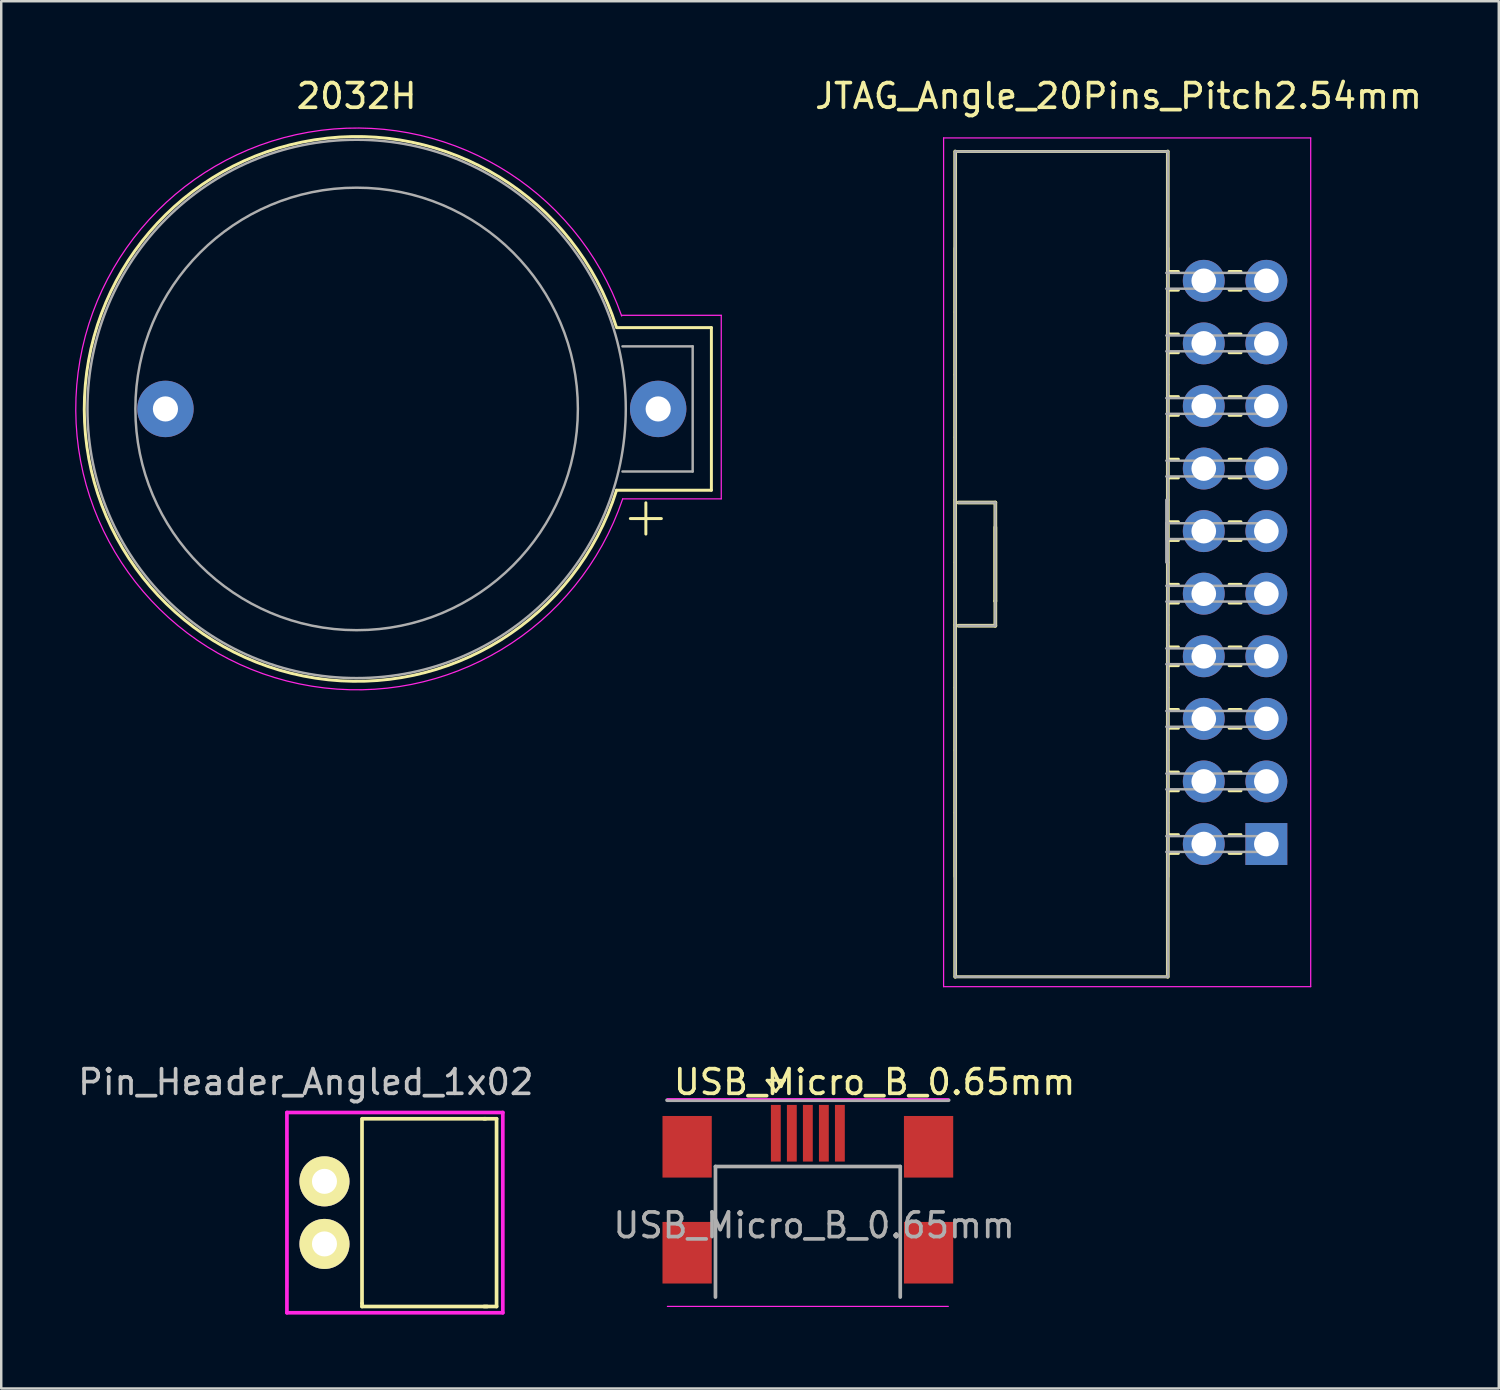
<source format=kicad_pcb>
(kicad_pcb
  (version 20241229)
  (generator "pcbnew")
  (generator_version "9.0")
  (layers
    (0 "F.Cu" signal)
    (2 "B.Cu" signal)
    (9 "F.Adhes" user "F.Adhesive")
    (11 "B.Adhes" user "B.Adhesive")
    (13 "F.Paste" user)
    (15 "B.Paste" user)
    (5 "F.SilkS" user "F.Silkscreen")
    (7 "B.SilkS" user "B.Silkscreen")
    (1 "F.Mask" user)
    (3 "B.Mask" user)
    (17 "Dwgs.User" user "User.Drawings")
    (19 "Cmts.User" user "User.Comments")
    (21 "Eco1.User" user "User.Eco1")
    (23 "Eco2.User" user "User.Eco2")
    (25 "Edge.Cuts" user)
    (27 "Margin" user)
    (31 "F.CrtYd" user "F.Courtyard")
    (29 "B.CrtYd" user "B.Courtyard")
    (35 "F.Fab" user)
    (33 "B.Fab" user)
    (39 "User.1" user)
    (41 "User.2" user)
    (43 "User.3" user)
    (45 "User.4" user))
  (footprint "2032H"
    (layer "F.Cu")
    (at 26.665 13.548)
    (property "Reference" "2032H" (at -15.24 -12.7 0) (layer "F.SilkS") (effects (font (size 1 1) (thickness 0.15))))
    (attr through_hole)
    (fp_line (start -4.69 -3.3) (end -0.84 -3.3) (stroke (width 0.12) (type solid)) (layer "F.SilkS"))
    (fp_line (start -4.13 4.45) (end -2.87 4.45) (stroke (width 0.12) (type solid)) (layer "F.SilkS"))
    (fp_line (start -3.5 3.81) (end -3.5 5.08) (stroke (width 0.12) (type solid)) (layer "F.SilkS"))
    (fp_line (start -0.84 -3.3) (end -0.84 3.3) (stroke (width 0.12) (type solid)) (layer "F.SilkS"))
    (fp_line (start -0.84 3.3) (end -4.69 3.3) (stroke (width 0.12) (type solid)) (layer "F.SilkS"))
    (fp_arc (start -4.69 3.3) (mid -26.294043 0.02518) (end -4.705144 -3.34803) (stroke (width 0.12) (type solid)) (layer "F.SilkS"))
    (fp_line (start -4.49 -3.8) (end -0.44 -3.8) (stroke (width 0.05) (type solid)) (layer "F.CrtYd"))
    (fp_line (start -0.44 -3.8) (end -0.44 3.65) (stroke (width 0.05) (type solid)) (layer "F.CrtYd"))
    (fp_line (start -0.44 3.65) (end -4.44 3.65) (stroke (width 0.05) (type solid)) (layer "F.CrtYd"))
    (fp_arc (start -4.44 3.65) (mid -26.639924 0.064993) (end -4.482319 -3.772905) (stroke (width 0.05) (type solid)) (layer "F.CrtYd"))
    (fp_line (start -4.45 -2.54) (end -1.6 -2.54) (stroke (width 0.1) (type solid)) (layer "F.Fab"))
    (fp_line (start -1.6 -2.54) (end -1.6 2.54) (stroke (width 0.1) (type solid)) (layer "F.Fab"))
    (fp_line (start -1.6 2.54) (end -4.45 2.54) (stroke (width 0.1) (type solid)) (layer "F.Fab"))
    (fp_circle (center -15.24 0) (end -16.51 -8.89) (stroke (width 0.1) (type solid)) (fill no) (layer "F.Fab"))
    (fp_circle (center -15.24 0) (end -8.89 8.89) (stroke (width 0.1) (type solid)) (fill no) (layer "F.Fab"))
    (pad "1" thru_hole circle (at -3 0) (size 2.29 2.29) (drill 1.02) (layers "*.Cu" "*.Mask"))
    (pad "2" thru_hole circle (at -23 0) (size 2.29 2.29) (drill 1.02) (layers "*.Cu" "*.Mask")))
  (footprint "JTAG_Angle_20Pins_Pitch2.54mm"
    (layer "F.Cu")
    (at 48.35 8.348)
    (property "Reference" "JTAG_Angle_20Pins_Pitch2.54mm" (at -6 -7.5 0) (layer "F.SilkS") (effects (font (size 1 1) (thickness 0.15))))
    (attr through_hole)
    (fp_line (start -12.63 -5.25) (end -12.63 28.25) (stroke (width 0.15) (type solid)) (layer "F.SilkS"))
    (fp_line (start -12.63 -5.25) (end -4 -5.25) (stroke (width 0.12) (type solid)) (layer "F.SilkS"))
    (fp_line (start -12.63 1.27) (end -12.63 -1.33) (stroke (width 0.12) (type solid)) (layer "F.SilkS"))
    (fp_line (start -12.63 3.81) (end -12.63 1.27) (stroke (width 0.12) (type solid)) (layer "F.SilkS"))
    (fp_line (start -12.63 6.35) (end -12.63 3.81) (stroke (width 0.12) (type solid)) (layer "F.SilkS"))
    (fp_line (start -12.63 8.89) (end -12.63 6.35) (stroke (width 0.12) (type solid)) (layer "F.SilkS"))
    (fp_line (start -12.63 11.43) (end -12.63 8.89) (stroke (width 0.12) (type solid)) (layer "F.SilkS"))
    (fp_line (start -12.63 13.97) (end -12.63 11.43) (stroke (width 0.12) (type solid)) (layer "F.SilkS"))
    (fp_line (start -12.63 16.51) (end -12.63 13.97) (stroke (width 0.12) (type solid)) (layer "F.SilkS"))
    (fp_line (start -12.63 19.05) (end -12.63 16.51) (stroke (width 0.12) (type solid)) (layer "F.SilkS"))
    (fp_line (start -12.63 21.59) (end -12.63 19.05) (stroke (width 0.12) (type solid)) (layer "F.SilkS"))
    (fp_line (start -12.63 24.19) (end -12.63 21.59) (stroke (width 0.12) (type solid)) (layer "F.SilkS"))
    (fp_line (start -12.5 14) (end -11 14) (stroke (width 0.15) (type solid)) (layer "F.SilkS"))
    (fp_line (start -11 9) (end -12.5 9) (stroke (width 0.15) (type solid)) (layer "F.SilkS"))
    (fp_line (start -11 13) (end -11 9) (stroke (width 0.15) (type solid)) (layer "F.SilkS"))
    (fp_line (start -11 13) (end -11 10) (stroke (width 0.15) (type solid)) (layer "F.SilkS"))
    (fp_line (start -11 14) (end -11 13) (stroke (width 0.15) (type solid)) (layer "F.SilkS"))
    (fp_line (start -4 -5.25) (end -4 28.25) (stroke (width 0.15) (type solid)) (layer "F.SilkS"))
    (fp_line (start -4 -1.33) (end -4 1.27) (stroke (width 0.12) (type solid)) (layer "F.SilkS"))
    (fp_line (start -4 1.27) (end -4 3.81) (stroke (width 0.12) (type solid)) (layer "F.SilkS"))
    (fp_line (start -4 3.81) (end -4 6.35) (stroke (width 0.12) (type solid)) (layer "F.SilkS"))
    (fp_line (start -4 6.35) (end -4 8.89) (stroke (width 0.12) (type solid)) (layer "F.SilkS"))
    (fp_line (start -4 8.89) (end -4 11.43) (stroke (width 0.12) (type solid)) (layer "F.SilkS"))
    (fp_line (start -4 11.43) (end -4 13.97) (stroke (width 0.12) (type solid)) (layer "F.SilkS"))
    (fp_line (start -4 13.97) (end -4 16.51) (stroke (width 0.12) (type solid)) (layer "F.SilkS"))
    (fp_line (start -4 16.51) (end -4 19.05) (stroke (width 0.12) (type solid)) (layer "F.SilkS"))
    (fp_line (start -4 19.05) (end -4 21.59) (stroke (width 0.12) (type solid)) (layer "F.SilkS"))
    (fp_line (start -4 21.59) (end -4 24.19) (stroke (width 0.12) (type solid)) (layer "F.SilkS"))
    (fp_line (start -4 28.25) (end -12.63 28.25) (stroke (width 0.12) (type solid)) (layer "F.SilkS"))
    (fp_line (start -3.57 -0.38) (end -4 -0.38) (stroke (width 0.12) (type solid)) (layer "F.SilkS"))
    (fp_line (start -3.57 0.38) (end -4 0.38) (stroke (width 0.12) (type solid)) (layer "F.SilkS"))
    (fp_line (start -3.57 2.16) (end -4 2.16) (stroke (width 0.12) (type solid)) (layer "F.SilkS"))
    (fp_line (start -3.57 2.92) (end -4 2.92) (stroke (width 0.12) (type solid)) (layer "F.SilkS"))
    (fp_line (start -3.57 4.7) (end -4 4.7) (stroke (width 0.12) (type solid)) (layer "F.SilkS"))
    (fp_line (start -3.57 5.46) (end -4 5.46) (stroke (width 0.12) (type solid)) (layer "F.SilkS"))
    (fp_line (start -3.57 7.24) (end -4 7.24) (stroke (width 0.12) (type solid)) (layer "F.SilkS"))
    (fp_line (start -3.57 8) (end -4 8) (stroke (width 0.12) (type solid)) (layer "F.SilkS"))
    (fp_line (start -3.57 9.78) (end -4 9.78) (stroke (width 0.12) (type solid)) (layer "F.SilkS"))
    (fp_line (start -3.57 10.54) (end -4 10.54) (stroke (width 0.12) (type solid)) (layer "F.SilkS"))
    (fp_line (start -3.57 12.32) (end -4 12.32) (stroke (width 0.12) (type solid)) (layer "F.SilkS"))
    (fp_line (start -3.57 13.08) (end -4 13.08) (stroke (width 0.12) (type solid)) (layer "F.SilkS"))
    (fp_line (start -3.57 14.86) (end -4 14.86) (stroke (width 0.12) (type solid)) (layer "F.SilkS"))
    (fp_line (start -3.57 15.62) (end -4 15.62) (stroke (width 0.12) (type solid)) (layer "F.SilkS"))
    (fp_line (start -3.57 17.4) (end -4 17.4) (stroke (width 0.12) (type solid)) (layer "F.SilkS"))
    (fp_line (start -3.57 18.16) (end -4 18.16) (stroke (width 0.12) (type solid)) (layer "F.SilkS"))
    (fp_line (start -3.57 19.94) (end -4 19.94) (stroke (width 0.12) (type solid)) (layer "F.SilkS"))
    (fp_line (start -3.57 20.7) (end -4 20.7) (stroke (width 0.12) (type solid)) (layer "F.SilkS"))
    (fp_line (start -3.57 22.48) (end -4 22.48) (stroke (width 0.12) (type solid)) (layer "F.SilkS"))
    (fp_line (start -3.57 23.24) (end -4 23.24) (stroke (width 0.12) (type solid)) (layer "F.SilkS"))
    (fp_line (start -1.03 -0.38) (end -1.51 -0.38) (stroke (width 0.12) (type solid)) (layer "F.SilkS"))
    (fp_line (start -1.03 0.38) (end -1.51 0.38) (stroke (width 0.12) (type solid)) (layer "F.SilkS"))
    (fp_line (start -1.03 2.16) (end -1.51 2.16) (stroke (width 0.12) (type solid)) (layer "F.SilkS"))
    (fp_line (start -1.03 2.92) (end -1.51 2.92) (stroke (width 0.12) (type solid)) (layer "F.SilkS"))
    (fp_line (start -1.03 4.7) (end -1.51 4.7) (stroke (width 0.12) (type solid)) (layer "F.SilkS"))
    (fp_line (start -1.03 5.46) (end -1.51 5.46) (stroke (width 0.12) (type solid)) (layer "F.SilkS"))
    (fp_line (start -1.03 7.24) (end -1.51 7.24) (stroke (width 0.12) (type solid)) (layer "F.SilkS"))
    (fp_line (start -1.03 8) (end -1.51 8) (stroke (width 0.12) (type solid)) (layer "F.SilkS"))
    (fp_line (start -1.03 9.78) (end -1.51 9.78) (stroke (width 0.12) (type solid)) (layer "F.SilkS"))
    (fp_line (start -1.03 10.54) (end -1.51 10.54) (stroke (width 0.12) (type solid)) (layer "F.SilkS"))
    (fp_line (start -1.03 12.32) (end -1.51 12.32) (stroke (width 0.12) (type solid)) (layer "F.SilkS"))
    (fp_line (start -1.03 13.08) (end -1.51 13.08) (stroke (width 0.12) (type solid)) (layer "F.SilkS"))
    (fp_line (start -1.03 14.86) (end -1.51 14.86) (stroke (width 0.12) (type solid)) (layer "F.SilkS"))
    (fp_line (start -1.03 15.62) (end -1.51 15.62) (stroke (width 0.12) (type solid)) (layer "F.SilkS"))
    (fp_line (start -1.03 17.4) (end -1.51 17.4) (stroke (width 0.12) (type solid)) (layer "F.SilkS"))
    (fp_line (start -1.03 18.16) (end -1.51 18.16) (stroke (width 0.12) (type solid)) (layer "F.SilkS"))
    (fp_line (start -1.03 19.94) (end -1.51 19.94) (stroke (width 0.12) (type solid)) (layer "F.SilkS"))
    (fp_line (start -1.03 20.7) (end -1.51 20.7) (stroke (width 0.12) (type solid)) (layer "F.SilkS"))
    (fp_line (start -1.03 22.48) (end -1.51 22.48) (stroke (width 0.12) (type solid)) (layer "F.SilkS"))
    (fp_line (start -1.03 23.24) (end -1.51 23.24) (stroke (width 0.12) (type solid)) (layer "F.SilkS"))
    (fp_line (start -13.1 -5.8) (end -13.1 28.65) (stroke (width 0.05) (type solid)) (layer "F.CrtYd"))
    (fp_line (start -13.1 -5.8) (end 1.8 -5.8) (stroke (width 0.05) (type solid)) (layer "F.CrtYd"))
    (fp_line (start 1.8 -5.8) (end 1.8 28.65) (stroke (width 0.05) (type solid)) (layer "F.CrtYd"))
    (fp_line (start 1.8 28.65) (end -13.1 28.65) (stroke (width 0.05) (type solid)) (layer "F.CrtYd"))
    (fp_line (start -12.63 -5.25) (end -12.63 28.25) (stroke (width 0.1) (type solid)) (layer "F.Fab"))
    (fp_line (start -12.63 -5.25) (end -4 -5.25) (stroke (width 0.1) (type solid)) (layer "F.Fab"))
    (fp_line (start -12.5 14) (end -11 14) (stroke (width 0.1) (type solid)) (layer "F.Fab"))
    (fp_line (start -11 9) (end -12.5 9) (stroke (width 0.1) (type solid)) (layer "F.Fab"))
    (fp_line (start -11 14) (end -11 9) (stroke (width 0.1) (type solid)) (layer "F.Fab"))
    (fp_line (start -4.06 -0.32) (end 0 -0.32) (stroke (width 0.1) (type solid)) (layer "F.Fab"))
    (fp_line (start -4.06 2.22) (end 0 2.22) (stroke (width 0.1) (type solid)) (layer "F.Fab"))
    (fp_line (start -4.06 4.76) (end 0 4.76) (stroke (width 0.1) (type solid)) (layer "F.Fab"))
    (fp_line (start -4.06 7.3) (end 0 7.3) (stroke (width 0.1) (type solid)) (layer "F.Fab"))
    (fp_line (start -4.06 8.89) (end -4.06 11.43) (stroke (width 0.1) (type solid)) (layer "F.Fab"))
    (fp_line (start -4.06 9.84) (end 0 9.84) (stroke (width 0.1) (type solid)) (layer "F.Fab"))
    (fp_line (start -4.06 10.48) (end -4.06 9.84) (stroke (width 0.1) (type solid)) (layer "F.Fab"))
    (fp_line (start -4.06 12.38) (end 0 12.38) (stroke (width 0.1) (type solid)) (layer "F.Fab"))
    (fp_line (start -4.06 14.92) (end 0 14.92) (stroke (width 0.1) (type solid)) (layer "F.Fab"))
    (fp_line (start -4.06 17.46) (end 0 17.46) (stroke (width 0.1) (type solid)) (layer "F.Fab"))
    (fp_line (start -4.06 20) (end 0 20) (stroke (width 0.1) (type solid)) (layer "F.Fab"))
    (fp_line (start -4.06 22.54) (end 0 22.54) (stroke (width 0.1) (type solid)) (layer "F.Fab"))
    (fp_line (start -4 -5.25) (end -4 28.25) (stroke (width 0.1) (type solid)) (layer "F.Fab"))
    (fp_line (start -4 28.25) (end -12.63 28.25) (stroke (width 0.1) (type solid)) (layer "F.Fab"))
    (fp_line (start 0 -0.32) (end 0 0.32) (stroke (width 0.1) (type solid)) (layer "F.Fab"))
    (fp_line (start 0 0.32) (end -4.06 0.32) (stroke (width 0.1) (type solid)) (layer "F.Fab"))
    (fp_line (start 0 2.22) (end 0 2.86) (stroke (width 0.1) (type solid)) (layer "F.Fab"))
    (fp_line (start 0 2.86) (end -4.06 2.86) (stroke (width 0.1) (type solid)) (layer "F.Fab"))
    (fp_line (start 0 4.76) (end 0 5.4) (stroke (width 0.1) (type solid)) (layer "F.Fab"))
    (fp_line (start 0 5.4) (end -4.06 5.4) (stroke (width 0.1) (type solid)) (layer "F.Fab"))
    (fp_line (start 0 7.3) (end 0 7.94) (stroke (width 0.1) (type solid)) (layer "F.Fab"))
    (fp_line (start 0 7.94) (end -4.06 7.94) (stroke (width 0.1) (type solid)) (layer "F.Fab"))
    (fp_line (start 0 9.84) (end 0 10.48) (stroke (width 0.1) (type solid)) (layer "F.Fab"))
    (fp_line (start 0 10.48) (end -4.06 10.48) (stroke (width 0.1) (type solid)) (layer "F.Fab"))
    (fp_line (start 0 12.38) (end 0 13.02) (stroke (width 0.1) (type solid)) (layer "F.Fab"))
    (fp_line (start 0 13.02) (end -4.06 13.02) (stroke (width 0.1) (type solid)) (layer "F.Fab"))
    (fp_line (start 0 14.92) (end 0 15.56) (stroke (width 0.1) (type solid)) (layer "F.Fab"))
    (fp_line (start 0 15.56) (end -4.06 15.56) (stroke (width 0.1) (type solid)) (layer "F.Fab"))
    (fp_line (start 0 17.46) (end 0 18.1) (stroke (width 0.1) (type solid)) (layer "F.Fab"))
    (fp_line (start 0 18.1) (end -4.06 18.1) (stroke (width 0.1) (type solid)) (layer "F.Fab"))
    (fp_line (start 0 20) (end 0 20.64) (stroke (width 0.1) (type solid)) (layer "F.Fab"))
    (fp_line (start 0 20.64) (end -4.06 20.64) (stroke (width 0.1) (type solid)) (layer "F.Fab"))
    (fp_line (start 0 22.54) (end 0 23.18) (stroke (width 0.1) (type solid)) (layer "F.Fab"))
    (fp_line (start 0 23.18) (end -4.06 23.18) (stroke (width 0.1) (type solid)) (layer "F.Fab"))
    (pad "1" thru_hole rect (at 0 22.86) (size 1.7 1.7) (drill 1) (layers "*.Cu" "*.Mask"))
    (pad "2" thru_hole oval (at -2.54 22.86) (size 1.7 1.7) (drill 1) (layers "*.Cu" "*.Mask"))
    (pad "3" thru_hole oval (at 0 20.32) (size 1.7 1.7) (drill 1) (layers "*.Cu" "*.Mask"))
    (pad "4" thru_hole oval (at -2.54 20.32) (size 1.7 1.7) (drill 1) (layers "*.Cu" "*.Mask"))
    (pad "5" thru_hole oval (at 0 17.78) (size 1.7 1.7) (drill 1) (layers "*.Cu" "*.Mask"))
    (pad "6" thru_hole oval (at -2.54 17.78) (size 1.7 1.7) (drill 1) (layers "*.Cu" "*.Mask"))
    (pad "7" thru_hole oval (at 0 15.24) (size 1.7 1.7) (drill 1) (layers "*.Cu" "*.Mask"))
    (pad "8" thru_hole oval (at -2.54 15.24) (size 1.7 1.7) (drill 1) (layers "*.Cu" "*.Mask"))
    (pad "9" thru_hole oval (at 0 12.7) (size 1.7 1.7) (drill 1) (layers "*.Cu" "*.Mask"))
    (pad "10" thru_hole oval (at -2.54 12.7) (size 1.7 1.7) (drill 1) (layers "*.Cu" "*.Mask"))
    (pad "11" thru_hole oval (at 0 10.16) (size 1.7 1.7) (drill 1) (layers "*.Cu" "*.Mask"))
    (pad "12" thru_hole oval (at -2.54 10.16) (size 1.7 1.7) (drill 1) (layers "*.Cu" "*.Mask"))
    (pad "13" thru_hole oval (at 0 7.62) (size 1.7 1.7) (drill 1) (layers "*.Cu" "*.Mask"))
    (pad "14" thru_hole oval (at -2.54 7.62) (size 1.7 1.7) (drill 1) (layers "*.Cu" "*.Mask"))
    (pad "15" thru_hole oval (at 0 5.08) (size 1.7 1.7) (drill 1) (layers "*.Cu" "*.Mask"))
    (pad "16" thru_hole oval (at -2.54 5.08) (size 1.7 1.7) (drill 1) (layers "*.Cu" "*.Mask"))
    (pad "17" thru_hole oval (at 0 2.54) (size 1.7 1.7) (drill 1) (layers "*.Cu" "*.Mask"))
    (pad "18" thru_hole oval (at -2.54 2.54) (size 1.7 1.7) (drill 1) (layers "*.Cu" "*.Mask"))
    (pad "19" thru_hole oval (at 0 0) (size 1.7 1.7) (drill 1) (layers "*.Cu" "*.Mask"))
    (pad "20" thru_hole oval (at -2.54 0) (size 1.7 1.7) (drill 1) (layers "*.Cu" "*.Mask")))
  (footprint "Pin_Header_Angled_1x02"
    (layer "F.Cu")
    (at 10.12 44.9)
    (property "Reference" "Pin_Header_Angled_1x02" (at -0.757 -4.028 0) (layer "Dwgs.User") (effects (font (size 1 1) (thickness 0.15))))
    (attr through_hole)
    (fp_line (start 1.524 -2.54) (end 1.524 4.953) (stroke (width 0.15) (type solid)) (layer "F.SilkS"))
    (fp_line (start 1.524 5.08) (end 1.524 4.953) (stroke (width 0.15) (type solid)) (layer "F.SilkS"))
    (fp_line (start 1.524 5.08) (end 6.604 5.08) (stroke (width 0.15) (type solid)) (layer "F.SilkS"))
    (fp_line (start 1.54 -2.54) (end 6.54 -2.54) (stroke (width 0.15) (type solid)) (layer "F.SilkS"))
    (fp_line (start 6.477 -2.54) (end 6.985 -2.54) (stroke (width 0.15) (type solid)) (layer "F.SilkS"))
    (fp_line (start 6.985 -2.54) (end 6.985 5.08) (stroke (width 0.15) (type solid)) (layer "F.SilkS"))
    (fp_line (start 6.985 5.08) (end 6.477 5.08) (stroke (width 0.15) (type solid)) (layer "F.SilkS"))
    (fp_line (start -1.524 -2.794) (end -1.524 5.334) (stroke (width 0.15) (type solid)) (layer "F.CrtYd"))
    (fp_line (start -1.524 5.334) (end 7.239 5.334) (stroke (width 0.15) (type solid)) (layer "F.CrtYd"))
    (fp_line (start -1.5 -1.75) (end -1.5 4.3) (stroke (width 0.05) (type solid)) (layer "F.CrtYd"))
    (fp_line (start 7.239 -2.794) (end -1.524 -2.794) (stroke (width 0.15) (type solid)) (layer "F.CrtYd"))
    (fp_line (start 7.239 5.334) (end 7.239 -2.794) (stroke (width 0.15) (type solid)) (layer "F.CrtYd"))
    (pad "1" thru_hole circle (at 0 0) (size 2.032 2.032) (drill 1.016) (layers "*.Cu" "*.Mask" "F.SilkS"))
    (pad "2" thru_hole oval (at 0 2.54) (size 2.032 2.032) (drill 1.016) (layers "*.Cu" "*.Mask" "F.SilkS")))
  (footprint "USB_Micro_B_0.65mm"
    (layer "F.Cu")
    (at 29.74 45.797)
    (property "Reference" "USB_Micro_B_0.65mm" (at 2.709 -4.925 0) (layer "F.SilkS") (effects (font (size 1 1) (thickness 0.15))))
    (attr smd)
    (fp_line (start -1.653 -5) (end -0.953 -5) (stroke (width 0.12) (type solid)) (layer "F.SilkS"))
    (fp_line (start -1.303 -4.55) (end -1.653 -5) (stroke (width 0.12) (type solid)) (layer "F.SilkS"))
    (fp_line (start -0.953 -5) (end -1.303 -4.55) (stroke (width 0.12) (type solid)) (layer "F.SilkS"))
    (fp_line (start -5.7 4.179) (end 5.7 4.179) (stroke (width 0.05) (type solid)) (layer "F.CrtYd"))
    (fp_line (start 5.7 -4.25) (end -5.7 -4.25) (stroke (width 0.05) (type solid)) (layer "F.CrtYd"))
    (fp_line (start -3.75 -1.5) (end -3.75 3.8) (stroke (width 0.15) (type solid)) (layer "F.Fab"))
    (fp_line (start 3.75 -1.5) (end -3.75 -1.5) (stroke (width 0.15) (type solid)) (layer "F.Fab"))
    (fp_line (start 3.75 -1.499) (end 3.75 3.8) (stroke (width 0.15) (type solid)) (layer "F.Fab"))
    (fp_line (start 5.715 -4.191) (end -5.715 -4.191) (stroke (width 0.15) (type solid)) (layer "F.Fab"))
    (fp_text user "${REFERENCE}" (at 0.254 0.889 180) (layer "F.Fab") (effects (font (size 1 1) (thickness 0.15))))
    (pad "1" smd rect (at -1.3 -2.85 90) (size 2.3 0.4) (layers "F.Cu" "F.Mask" "F.Paste"))
    (pad "2" smd rect (at -0.65 -2.85 90) (size 2.3 0.4) (layers "F.Cu" "F.Mask" "F.Paste"))
    (pad "3" smd rect (at 0 -2.85 90) (size 2.3 0.4) (layers "F.Cu" "F.Mask" "F.Paste"))
    (pad "4" smd rect (at 0.65 -2.85 90) (size 2.3 0.4) (layers "F.Cu" "F.Mask" "F.Paste"))
    (pad "5" smd rect (at 1.3 -2.85 90) (size 2.3 0.4) (layers "F.Cu" "F.Mask" "F.Paste"))
    (pad "6" smd rect (at -4.9 -2.3 90) (size 2.5 2) (layers "F.Cu" "F.Mask" "F.Paste"))
    (pad "6" smd rect (at -4.9 2 90) (size 2.5 2) (layers "F.Cu" "F.Mask" "F.Paste"))
    (pad "6" smd rect (at 4.9 -2.3 90) (size 2.5 2) (layers "F.Cu" "F.Mask" "F.Paste"))
    (pad "6" smd rect (at 4.9 2 90) (size 2.5 2) (layers "F.Cu" "F.Mask" "F.Paste")))
  (gr_rect
    (start -3 -3)
    (end 57.784 53.309)
    (stroke (width 0.1) (type default))
    (fill no)
    (layer "Edge.Cuts")))
</source>
